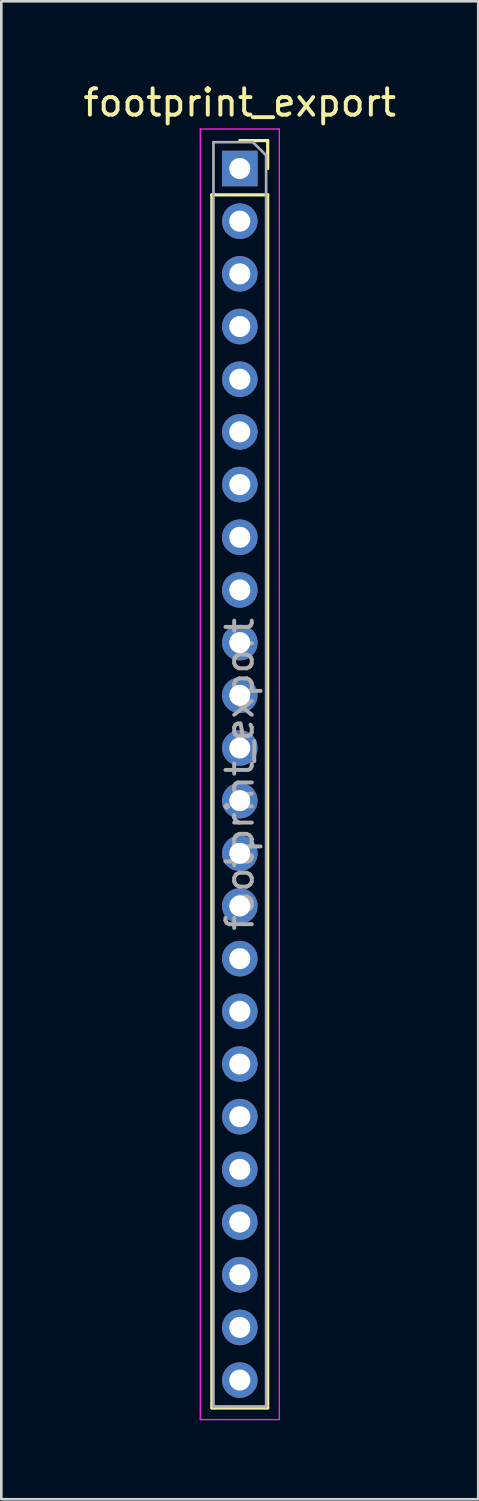
<source format=kicad_pcb>
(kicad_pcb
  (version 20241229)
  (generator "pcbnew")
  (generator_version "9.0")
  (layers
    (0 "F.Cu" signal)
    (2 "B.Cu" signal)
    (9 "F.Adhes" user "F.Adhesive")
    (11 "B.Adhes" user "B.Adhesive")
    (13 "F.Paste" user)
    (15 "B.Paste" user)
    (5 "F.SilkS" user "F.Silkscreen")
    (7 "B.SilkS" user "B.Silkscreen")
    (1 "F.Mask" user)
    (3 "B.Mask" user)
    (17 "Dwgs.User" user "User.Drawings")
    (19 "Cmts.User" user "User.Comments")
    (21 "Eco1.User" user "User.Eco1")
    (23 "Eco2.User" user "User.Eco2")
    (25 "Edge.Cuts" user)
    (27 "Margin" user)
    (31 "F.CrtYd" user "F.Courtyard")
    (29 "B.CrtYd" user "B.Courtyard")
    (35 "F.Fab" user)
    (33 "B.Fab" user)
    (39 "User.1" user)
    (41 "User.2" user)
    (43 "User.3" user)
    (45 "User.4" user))
  (footprint "footprint_export"
    (layer "F.Cu")
    (at 6.054 3.348)
    (property "Reference" "footprint_export" (at 0 -2.5 0) (layer "F.SilkS") (effects (font (size 1 1) (thickness 0.15))))
    (attr through_hole)
    (fp_line (start -1.06 1) (end -1.06 47.06) (stroke (width 0.12) (type solid)) (layer "F.SilkS"))
    (fp_line (start -1.06 1) (end 1.06 1) (stroke (width 0.12) (type solid)) (layer "F.SilkS"))
    (fp_line (start -1.06 47.06) (end 1.06 47.06) (stroke (width 0.12) (type solid)) (layer "F.SilkS"))
    (fp_line (start 0 -1.06) (end 1.06 -1.06) (stroke (width 0.12) (type solid)) (layer "F.SilkS"))
    (fp_line (start 1.06 -1.06) (end 1.06 0) (stroke (width 0.12) (type solid)) (layer "F.SilkS"))
    (fp_line (start 1.06 1) (end 1.06 47.06) (stroke (width 0.12) (type solid)) (layer "F.SilkS"))
    (fp_line (start -1.5 -1.5) (end 1.5 -1.5) (stroke (width 0.05) (type solid)) (layer "F.CrtYd"))
    (fp_line (start -1.5 47.5) (end -1.5 -1.5) (stroke (width 0.05) (type solid)) (layer "F.CrtYd"))
    (fp_line (start 1.5 -1.5) (end 1.5 47.5) (stroke (width 0.05) (type solid)) (layer "F.CrtYd"))
    (fp_line (start 1.5 47.5) (end -1.5 47.5) (stroke (width 0.05) (type solid)) (layer "F.CrtYd"))
    (fp_line (start -1 -1) (end 0.5 -1) (stroke (width 0.1) (type solid)) (layer "F.Fab"))
    (fp_line (start -1 47) (end -1 -1) (stroke (width 0.1) (type solid)) (layer "F.Fab"))
    (fp_line (start 0.5 -1) (end 1 -0.5) (stroke (width 0.1) (type solid)) (layer "F.Fab"))
    (fp_line (start 1 -0.5) (end 1 47) (stroke (width 0.1) (type solid)) (layer "F.Fab"))
    (fp_line (start 1 47) (end -1 47) (stroke (width 0.1) (type solid)) (layer "F.Fab"))
    (fp_text user "${REFERENCE}" (at 0 23 90) (layer "F.Fab") (effects (font (size 1 1) (thickness 0.15))))
    (pad "1" thru_hole rect (at 0 0) (size 1.35 1.35) (drill 0.8) (layers "*.Cu" "*.Mask"))
    (pad "2" thru_hole oval (at 0 2) (size 1.35 1.35) (drill 0.8) (layers "*.Cu" "*.Mask"))
    (pad "3" thru_hole oval (at 0 4) (size 1.35 1.35) (drill 0.8) (layers "*.Cu" "*.Mask"))
    (pad "4" thru_hole oval (at 0 6) (size 1.35 1.35) (drill 0.8) (layers "*.Cu" "*.Mask"))
    (pad "5" thru_hole oval (at 0 8) (size 1.35 1.35) (drill 0.8) (layers "*.Cu" "*.Mask"))
    (pad "6" thru_hole oval (at 0 10) (size 1.35 1.35) (drill 0.8) (layers "*.Cu" "*.Mask"))
    (pad "7" thru_hole oval (at 0 12) (size 1.35 1.35) (drill 0.8) (layers "*.Cu" "*.Mask"))
    (pad "8" thru_hole oval (at 0 14) (size 1.35 1.35) (drill 0.8) (layers "*.Cu" "*.Mask"))
    (pad "9" thru_hole oval (at 0 16) (size 1.35 1.35) (drill 0.8) (layers "*.Cu" "*.Mask"))
    (pad "10" thru_hole oval (at 0 18) (size 1.35 1.35) (drill 0.8) (layers "*.Cu" "*.Mask"))
    (pad "11" thru_hole oval (at 0 20) (size 1.35 1.35) (drill 0.8) (layers "*.Cu" "*.Mask"))
    (pad "12" thru_hole oval (at 0 22) (size 1.35 1.35) (drill 0.8) (layers "*.Cu" "*.Mask"))
    (pad "13" thru_hole oval (at 0 24) (size 1.35 1.35) (drill 0.8) (layers "*.Cu" "*.Mask"))
    (pad "14" thru_hole oval (at 0 26) (size 1.35 1.35) (drill 0.8) (layers "*.Cu" "*.Mask"))
    (pad "15" thru_hole oval (at 0 28) (size 1.35 1.35) (drill 0.8) (layers "*.Cu" "*.Mask"))
    (pad "16" thru_hole oval (at 0 30) (size 1.35 1.35) (drill 0.8) (layers "*.Cu" "*.Mask"))
    (pad "17" thru_hole oval (at 0 32) (size 1.35 1.35) (drill 0.8) (layers "*.Cu" "*.Mask"))
    (pad "18" thru_hole oval (at 0 34) (size 1.35 1.35) (drill 0.8) (layers "*.Cu" "*.Mask"))
    (pad "19" thru_hole oval (at 0 36) (size 1.35 1.35) (drill 0.8) (layers "*.Cu" "*.Mask"))
    (pad "20" thru_hole oval (at 0 38) (size 1.35 1.35) (drill 0.8) (layers "*.Cu" "*.Mask"))
    (pad "21" thru_hole oval (at 0 40) (size 1.35 1.35) (drill 0.8) (layers "*.Cu" "*.Mask"))
    (pad "22" thru_hole oval (at 0 42) (size 1.35 1.35) (drill 0.8) (layers "*.Cu" "*.Mask"))
    (pad "23" thru_hole oval (at 0 44) (size 1.35 1.35) (drill 0.8) (layers "*.Cu" "*.Mask"))
    (pad "24" thru_hole oval (at 0 46) (size 1.35 1.35) (drill 0.8) (layers "*.Cu" "*.Mask")))
  (gr_rect
    (start -3 -3)
    (end 15.107 53.873)
    (stroke (width 0.1) (type default))
    (fill no)
    (layer "Edge.Cuts")))
</source>
